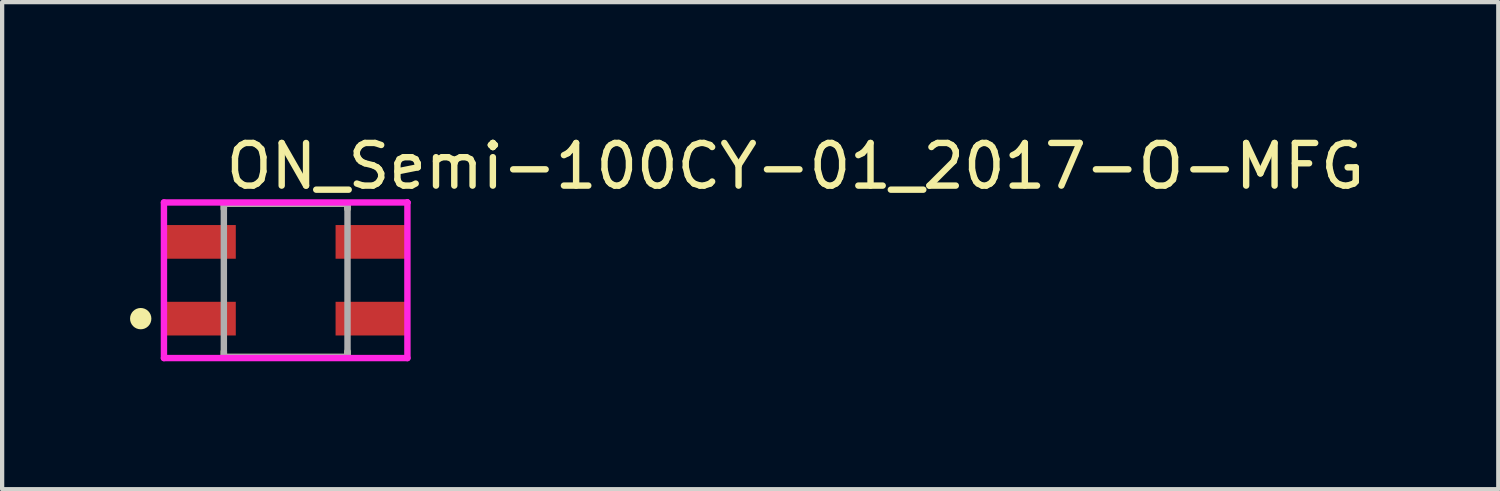
<source format=kicad_pcb>
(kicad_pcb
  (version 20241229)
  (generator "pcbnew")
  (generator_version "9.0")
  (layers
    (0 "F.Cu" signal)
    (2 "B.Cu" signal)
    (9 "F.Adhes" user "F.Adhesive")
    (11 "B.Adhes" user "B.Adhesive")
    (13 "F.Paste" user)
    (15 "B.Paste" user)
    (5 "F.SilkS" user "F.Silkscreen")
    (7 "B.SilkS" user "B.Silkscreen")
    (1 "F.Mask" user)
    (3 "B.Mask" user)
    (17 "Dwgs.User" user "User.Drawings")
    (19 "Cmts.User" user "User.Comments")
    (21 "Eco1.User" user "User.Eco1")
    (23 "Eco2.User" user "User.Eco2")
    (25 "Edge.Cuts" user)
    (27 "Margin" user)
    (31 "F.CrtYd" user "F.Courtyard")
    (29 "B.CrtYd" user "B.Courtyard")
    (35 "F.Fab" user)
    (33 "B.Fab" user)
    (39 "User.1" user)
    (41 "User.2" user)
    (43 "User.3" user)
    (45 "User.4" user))
  (footprint "ON_Semi-100CY-01_2017-O-MFG"
    (layer "F.Cu")
    (at 3.65 3.523)
    (property "Reference" "ON_Semi-100CY-01_2017-O-MFG" (at -1.478 -2.675 0) (layer "F.SilkS") (effects (font (size 1 1) (thickness 0.15)) (justify left)))
    (attr through_hole)
    (fp_line (start -1.45 -1.8) (end 1.45 -1.8) (stroke (width 0.15) (type solid)) (layer "F.SilkS"))
    (fp_line (start -1.45 -1.67) (end -1.45 -1.8) (stroke (width 0.15) (type solid)) (layer "F.SilkS"))
    (fp_line (start -1.45 1.8) (end -1.45 1.67) (stroke (width 0.15) (type solid)) (layer "F.SilkS"))
    (fp_line (start -1.45 1.8) (end 1.45 1.8) (stroke (width 0.15) (type solid)) (layer "F.SilkS"))
    (fp_line (start 1.45 -1.67) (end 1.45 -1.8) (stroke (width 0.15) (type solid)) (layer "F.SilkS"))
    (fp_line (start 1.45 1.8) (end 1.45 1.67) (stroke (width 0.15) (type solid)) (layer "F.SilkS"))
    (fp_circle (center -3.4 0.9) (end -3.275 0.9) (stroke (width 0.25) (type solid)) (fill no) (layer "F.SilkS"))
    (fp_line (start -2.855 -1.825) (end -2.855 1.825) (stroke (width 0.15) (type solid)) (layer "F.CrtYd"))
    (fp_line (start -2.855 1.825) (end 2.855 1.825) (stroke (width 0.15) (type solid)) (layer "F.CrtYd"))
    (fp_line (start 2.855 -1.825) (end -2.855 -1.825) (stroke (width 0.15) (type solid)) (layer "F.CrtYd"))
    (fp_line (start 2.855 -1.825) (end 2.855 -1.825) (stroke (width 0.15) (type solid)) (layer "F.CrtYd"))
    (fp_line (start 2.855 1.825) (end 2.855 -1.825) (stroke (width 0.15) (type solid)) (layer "F.CrtYd"))
    (fp_line (start -1.45 -1.8) (end 1.45 -1.8) (stroke (width 0.15) (type solid)) (layer "F.Fab"))
    (fp_line (start -1.45 1.8) (end -1.45 -1.8) (stroke (width 0.15) (type solid)) (layer "F.Fab"))
    (fp_line (start 1.45 -1.8) (end 1.45 1.8) (stroke (width 0.15) (type solid)) (layer "F.Fab"))
    (fp_line (start 1.45 1.8) (end -1.45 1.8) (stroke (width 0.15) (type solid)) (layer "F.Fab"))
    (pad "1" smd rect (at -2 0.9) (size 1.66 0.79) (layers "F.Cu" "F.Mask" "F.Paste"))
    (pad "2" smd rect (at 2 0.9) (size 1.66 0.79) (layers "F.Cu" "F.Mask" "F.Paste"))
    (pad "3" smd rect (at 2 -0.9) (size 1.66 0.79) (layers "F.Cu" "F.Mask" "F.Paste"))
    (pad "4" smd rect (at -2 -0.9) (size 1.66 0.79) (layers "F.Cu" "F.Mask" "F.Paste")))
  (gr_rect
    (start -3 -3)
    (end 32.089 8.423)
    (stroke (width 0.1) (type default))
    (fill no)
    (layer "Edge.Cuts")))
</source>
